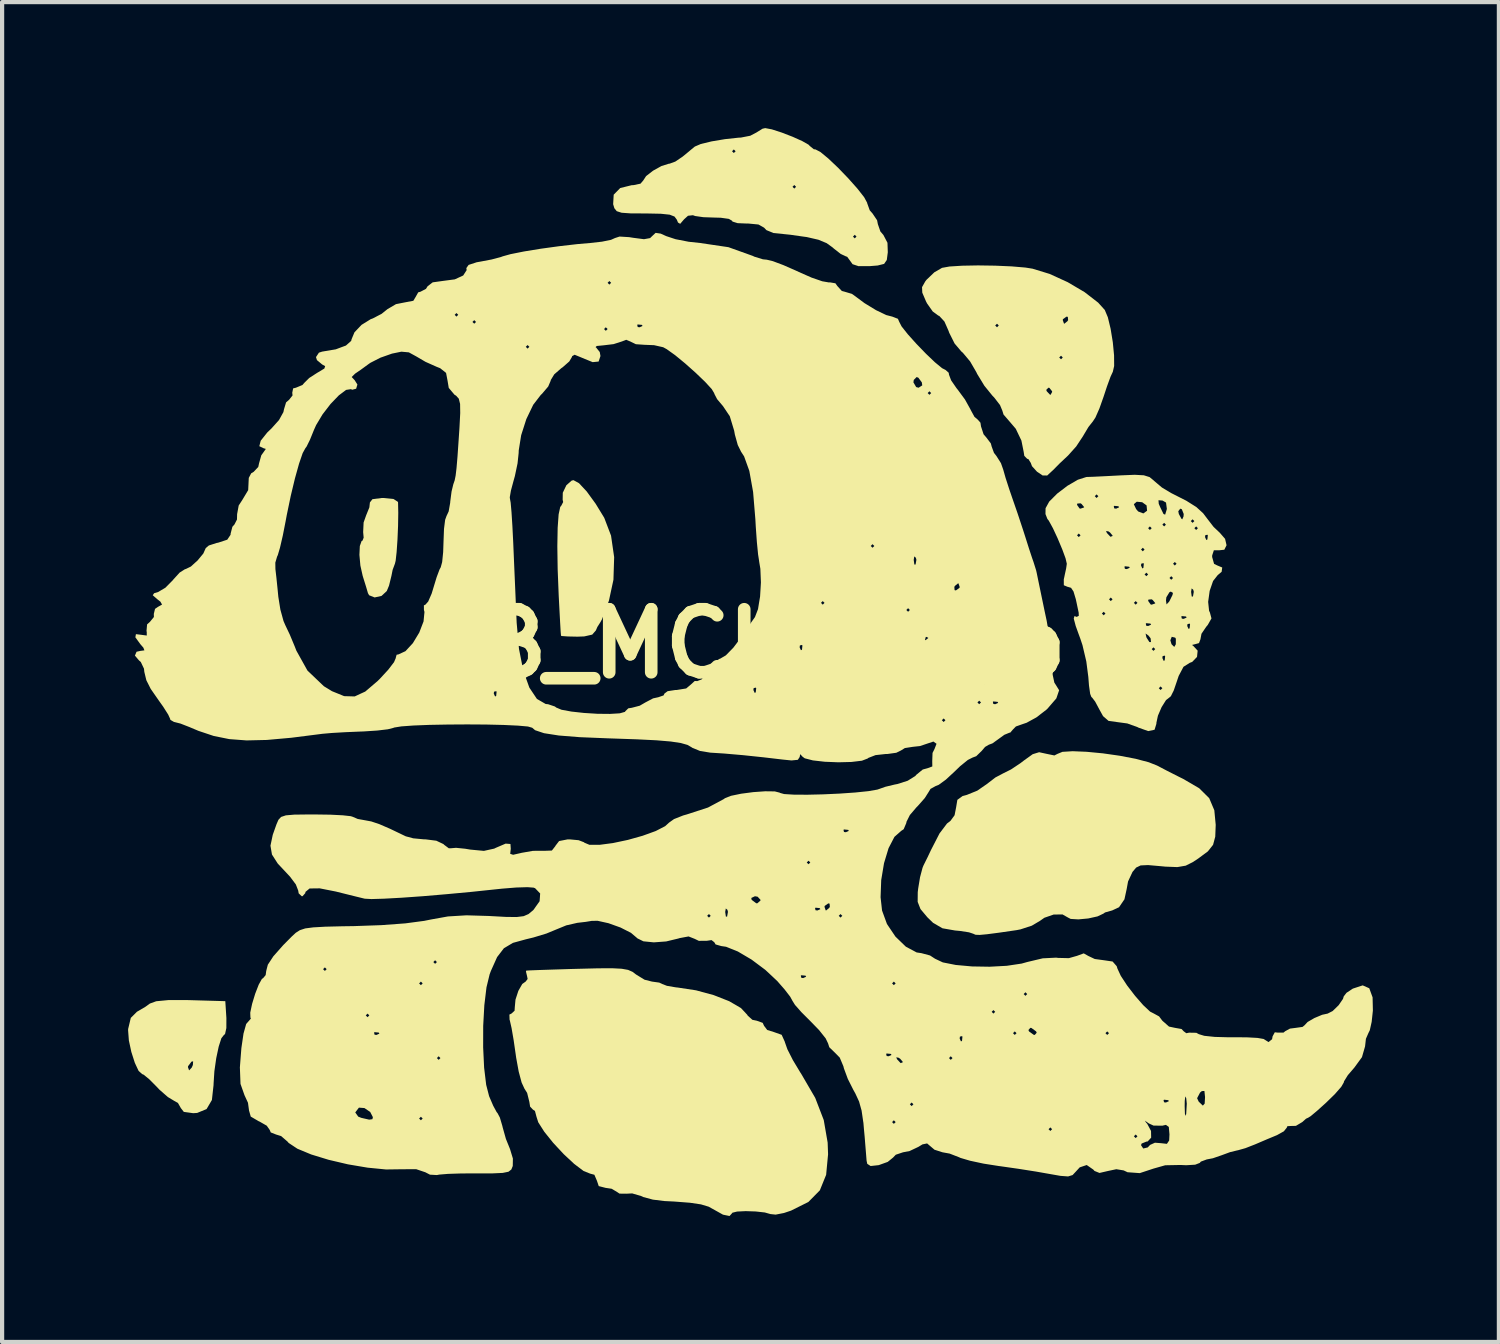
<source format=kicad_pcb>
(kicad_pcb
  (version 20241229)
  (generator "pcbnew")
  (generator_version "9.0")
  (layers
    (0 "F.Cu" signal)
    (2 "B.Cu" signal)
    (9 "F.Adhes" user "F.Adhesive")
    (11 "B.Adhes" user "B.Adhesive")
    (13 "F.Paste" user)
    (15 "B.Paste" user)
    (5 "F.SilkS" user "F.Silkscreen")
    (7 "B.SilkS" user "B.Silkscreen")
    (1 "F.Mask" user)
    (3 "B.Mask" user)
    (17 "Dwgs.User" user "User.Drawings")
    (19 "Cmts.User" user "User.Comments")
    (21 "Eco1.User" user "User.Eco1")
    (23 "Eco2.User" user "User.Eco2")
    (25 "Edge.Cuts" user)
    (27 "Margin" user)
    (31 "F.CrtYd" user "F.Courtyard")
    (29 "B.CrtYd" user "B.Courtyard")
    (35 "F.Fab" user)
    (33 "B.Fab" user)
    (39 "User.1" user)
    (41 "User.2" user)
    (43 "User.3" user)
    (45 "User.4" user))
  (footprint "BB_MCU_Logo"
    (layer "F.Cu")
    (at 14.633 12.277)
    (property "Reference" "BB_MCU_Logo" (at 0 0 0) (layer "F.SilkS") (effects (font (size 1.5 1.5) (thickness 0.3))))
    (attr board_only exclude_from_pos_files exclude_from_bom)
    (fp_poly (pts (xy -8.314 -3.447) (xy -8.209 -3.378) (xy -8.206 -3.365) (xy -8.201 -3.116) (xy -8.206 -2.803) (xy -8.22 -2.476) (xy -8.24 -2.185) (xy -8.263 -1.978) (xy -8.28 -1.908) (xy -8.335 -1.76) (xy -8.364 -1.615) (xy -8.421 -1.384) (xy -8.475 -1.255) (xy -8.6 -1.139) (xy -8.764 -1.103) (xy -8.895 -1.155) (xy -8.923 -1.206) (xy -8.966 -1.353) (xy -9.036 -1.577) (xy -9.049 -1.62) (xy -9.103 -1.862) (xy -9.126 -2.116) (xy -9.116 -2.328) (xy -9.074 -2.446) (xy -9.053 -2.455) (xy -9.025 -2.526) (xy -9.037 -2.658) (xy -9.026 -2.888) (xy -8.965 -3.06) (xy -8.889 -3.247) (xy -8.876 -3.365) (xy -8.816 -3.442) (xy -8.594 -3.471) (xy -8.555 -3.471)) (stroke (width 0) (type solid)) (fill yes) (layer "F.SilkS"))
    (fp_poly (pts (xy -3.898 -3.823) (xy -3.715 -3.627) (xy -3.502 -3.334) (xy -3.297 -2.999) (xy -3.135 -2.574) (xy -3.061 -2.062) (xy -3.078 -1.524) (xy -3.184 -1.031) (xy -3.277 -0.768) (xy -3.354 -0.576) (xy -3.392 -0.508) (xy -3.461 -0.4) (xy -3.496 -0.318) (xy -3.583 -0.218) (xy -3.773 -0.175) (xy -3.934 -0.169) (xy -4.165 -0.174) (xy -4.306 -0.184) (xy -4.326 -0.191) (xy -4.334 -0.278) (xy -4.347 -0.5) (xy -4.364 -0.821) (xy -4.381 -1.143) (xy -4.406 -1.775) (xy -4.414 -2.321) (xy -4.406 -2.762) (xy -4.383 -3.08) (xy -4.345 -3.257) (xy -4.321 -3.286) (xy -4.275 -3.374) (xy -4.287 -3.428) (xy -4.284 -3.596) (xy -4.199 -3.774) (xy -4.073 -3.885) (xy -4.029 -3.895)) (stroke (width 0) (type solid)) (fill yes) (layer "F.SilkS"))
    (fp_poly (pts (xy -13.153 8.485) (xy -12.319 8.509) (xy -12.293 8.911) (xy -12.294 9.149) (xy -12.325 9.292) (xy -12.351 9.313) (xy -12.412 9.39) (xy -12.476 9.59) (xy -12.535 9.868) (xy -12.579 10.178) (xy -12.598 10.475) (xy -12.599 10.509) (xy -12.638 10.862) (xy -12.765 11.078) (xy -12.989 11.17) (xy -13.084 11.176) (xy -13.307 11.145) (xy -13.377 11.055) (xy -13.447 10.932) (xy -13.535 10.883) (xy -13.686 10.792) (xy -13.881 10.622) (xy -13.96 10.539) (xy -14.133 10.365) (xy -14.264 10.259) (xy -14.299 10.245) (xy -14.383 10.169) (xy -14.425 10.08) (xy -13.208 10.08) (xy -13.181 10.157) (xy -13.118 10.09) (xy -13.091 10.029) (xy -13.085 9.941) (xy -13.124 9.949) (xy -13.205 10.057) (xy -13.208 10.08) (xy -14.425 10.08) (xy -14.473 9.977) (xy -14.556 9.718) (xy -14.615 9.444) (xy -14.633 9.204) (xy -14.632 9.171) (xy -14.569 8.907) (xy -14.425 8.763) (xy -14.424 8.762) (xy -14.221 8.643) (xy -14.115 8.566) (xy -13.964 8.511) (xy -13.672 8.483) (xy -13.227 8.483)) (stroke (width 0) (type solid)) (fill yes) (layer "F.SilkS"))
    (fp_poly (pts (xy 8.19 2.572) (xy 8.576 2.609) (xy 8.976 2.666) (xy 9.352 2.738) (xy 9.667 2.821) (xy 9.864 2.899) (xy 10.101 3.023) (xy 10.391 3.17) (xy 10.488 3.218) (xy 10.868 3.44) (xy 11.106 3.676) (xy 11.228 3.964) (xy 11.261 4.312) (xy 11.25 4.593) (xy 11.198 4.787) (xy 11.074 4.943) (xy 10.845 5.113) (xy 10.721 5.195) (xy 10.547 5.283) (xy 10.348 5.317) (xy 10.064 5.306) (xy 9.947 5.295) (xy 9.651 5.269) (xy 9.474 5.277) (xy 9.366 5.329) (xy 9.28 5.432) (xy 9.174 5.659) (xy 9.141 5.84) (xy 9.088 6.084) (xy 8.959 6.273) (xy 8.794 6.35) (xy 8.792 6.35) (xy 8.626 6.397) (xy 8.589 6.424) (xy 8.447 6.491) (xy 8.226 6.54) (xy 7.991 6.562) (xy 7.808 6.551) (xy 7.747 6.52) (xy 7.613 6.444) (xy 7.402 6.447) (xy 7.182 6.523) (xy 7.075 6.598) (xy 6.882 6.712) (xy 6.612 6.8) (xy 6.519 6.818) (xy 6.098 6.879) (xy 5.814 6.916) (xy 5.639 6.932) (xy 5.543 6.928) (xy 5.498 6.909) (xy 5.495 6.906) (xy 5.387 6.87) (xy 5.171 6.837) (xy 5.053 6.826) (xy 4.756 6.774) (xy 4.532 6.644) (xy 4.396 6.512) (xy 4.232 6.316) (xy 4.165 6.145) (xy 4.167 5.915) (xy 4.177 5.829) (xy 4.222 5.556) (xy 4.281 5.334) (xy 4.304 5.277) (xy 4.403 5.078) (xy 4.482 4.911) (xy 4.685 4.516) (xy 4.864 4.279) (xy 4.947 4.215) (xy 5.044 4.082) (xy 5.08 3.897) (xy 5.11 3.716) (xy 5.235 3.625) (xy 5.338 3.597) (xy 5.585 3.497) (xy 5.813 3.339) (xy 6.016 3.183) (xy 6.205 3.083) (xy 6.21 3.081) (xy 6.386 2.993) (xy 6.613 2.842) (xy 6.695 2.779) (xy 6.904 2.629) (xy 7.057 2.582) (xy 7.218 2.617) (xy 7.222 2.618) (xy 7.42 2.659) (xy 7.495 2.621) (xy 7.612 2.573) (xy 7.856 2.558)) (stroke (width 0) (type solid)) (fill yes) (layer "F.SilkS"))
    (fp_poly (pts (xy 6.01 -9.002) (xy 6.401 -8.985) (xy 6.73 -8.957) (xy 6.9 -8.93) (xy 7.308 -8.805) (xy 7.737 -8.609) (xy 8.139 -8.372) (xy 8.462 -8.122) (xy 8.62 -7.947) (xy 8.693 -7.773) (xy 8.759 -7.499) (xy 8.811 -7.179) (xy 8.841 -6.866) (xy 8.843 -6.613) (xy 8.812 -6.477) (xy 8.756 -6.356) (xy 8.672 -6.126) (xy 8.592 -5.884) (xy 8.493 -5.604) (xy 8.397 -5.386) (xy 8.335 -5.292) (xy 8.231 -5.161) (xy 8.111 -4.96) (xy 8.103 -4.945) (xy 7.939 -4.697) (xy 7.744 -4.48) (xy 7.547 -4.295) (xy 7.385 -4.131) (xy 7.381 -4.128) (xy 7.249 -4.006) (xy 7.14 -4.007) (xy 7.006 -4.097) (xy 6.887 -4.228) (xy 6.858 -4.306) (xy 6.8 -4.398) (xy 6.773 -4.403) (xy 6.704 -4.473) (xy 6.689 -4.568) (xy 6.635 -4.838) (xy 6.501 -5.118) (xy 6.331 -5.317) (xy 6.33 -5.318) (xy 6.209 -5.458) (xy 6.181 -5.55) (xy 6.125 -5.684) (xy 5.986 -5.864) (xy 5.946 -5.905) (xy 5.833 -6.044) (xy 7.226 -6.044) (xy 7.239 -6.011) (xy 7.315 -5.931) (xy 7.329 -5.927) (xy 7.365 -5.992) (xy 7.366 -6.011) (xy 7.301 -6.093) (xy 7.276 -6.096) (xy 7.226 -6.044) (xy 5.833 -6.044) (xy 5.753 -6.143) (xy 5.582 -6.424) (xy 5.561 -6.468) (xy 5.414 -6.721) (xy 5.335 -6.816) (xy 7.535 -6.816) (xy 7.578 -6.773) (xy 7.62 -6.816) (xy 7.578 -6.858) (xy 7.535 -6.816) (xy 5.335 -6.816) (xy 5.241 -6.928) (xy 5.204 -6.96) (xy 5.044 -7.149) (xy 4.916 -7.405) (xy 4.901 -7.448) (xy 4.844 -7.578) (xy 6.011 -7.578) (xy 6.054 -7.535) (xy 6.096 -7.578) (xy 6.054 -7.62) (xy 6.011 -7.578) (xy 4.844 -7.578) (xy 4.802 -7.672) (xy 4.772 -7.705) (xy 7.62 -7.705) (xy 7.649 -7.622) (xy 7.657 -7.62) (xy 7.73 -7.679) (xy 7.747 -7.705) (xy 7.74 -7.783) (xy 7.71 -7.789) (xy 7.623 -7.728) (xy 7.62 -7.705) (xy 4.772 -7.705) (xy 4.68 -7.804) (xy 4.654 -7.815) (xy 4.523 -7.912) (xy 4.388 -8.104) (xy 4.362 -8.155) (xy 4.275 -8.359) (xy 4.269 -8.49) (xy 4.344 -8.624) (xy 4.373 -8.663) (xy 4.562 -8.844) (xy 4.745 -8.95) (xy 4.923 -8.982) (xy 5.225 -9.001) (xy 5.602 -9.008)) (stroke (width 0) (type solid)) (fill yes) (layer "F.SilkS"))
    (fp_poly (pts (xy -2.883 7.737) (xy -2.73 7.764) (xy -2.623 7.811) (xy -2.54 7.874) (xy -2.338 7.998) (xy -2.16 8.043) (xy -1.987 8.067) (xy -1.919 8.1) (xy -1.804 8.144) (xy -1.593 8.18) (xy -1.545 8.185) (xy -1.111 8.251) (xy -0.691 8.365) (xy -0.322 8.51) (xy -0.042 8.673) (xy 0.111 8.837) (xy 0.117 8.852) (xy 0.23 8.953) (xy 0.336 8.975) (xy 0.475 9.025) (xy 0.508 9.096) (xy 0.583 9.195) (xy 0.741 9.244) (xy 0.927 9.31) (xy 1.002 9.476) (xy 1.003 9.483) (xy 1.063 9.654) (xy 1.194 9.912) (xy 1.37 10.205) (xy 1.396 10.245) (xy 1.726 10.812) (xy 1.929 11.339) (xy 2.022 11.876) (xy 2.032 12.154) (xy 1.986 12.643) (xy 1.836 13.013) (xy 1.563 13.29) (xy 1.15 13.496) (xy 0.983 13.552) (xy 0.784 13.591) (xy 0.66 13.578) (xy 0.526 13.54) (xy 0.309 13.516) (xy 0.07 13.508) (xy -0.135 13.518) (xy -0.247 13.546) (xy -0.254 13.558) (xy -0.314 13.624) (xy -0.47 13.592) (xy -0.669 13.481) (xy -0.811 13.402) (xy -0.995 13.347) (xy -1.259 13.308) (xy -1.637 13.279) (xy -1.863 13.268) (xy -2.139 13.234) (xy -2.37 13.172) (xy -2.42 13.148) (xy -2.632 13.086) (xy -2.771 13.093) (xy -2.934 13.091) (xy -3.001 13.046) (xy -3.122 12.975) (xy -3.265 12.954) (xy -3.428 12.912) (xy -3.471 12.785) (xy -3.532 12.642) (xy -3.633 12.615) (xy -3.79 12.552) (xy -4.011 12.385) (xy -4.262 12.151) (xy -4.511 11.884) (xy -4.724 11.619) (xy -4.868 11.393) (xy -4.911 11.258) (xy -4.947 11.122) (xy -4.995 11.091) (xy -5.062 11.02) (xy -5.08 10.908) (xy -5.133 10.693) (xy -5.198 10.59) (xy -5.264 10.446) (xy -5.334 10.184) (xy -5.394 9.855) (xy -5.405 9.776) (xy -5.454 9.437) (xy -5.503 9.152) (xy -5.544 8.971) (xy -5.551 8.95) (xy -5.555 8.828) (xy -5.507 8.805) (xy -5.432 8.737) (xy -5.427 8.657) (xy -5.41 8.472) (xy -5.342 8.264) (xy -5.249 8.1) (xy -5.169 8.043) (xy -5.121 7.981) (xy -5.134 7.916) (xy -5.161 7.802) (xy -5.153 7.781) (xy -5.062 7.776) (xy -4.833 7.767) (xy -4.497 7.756) (xy -4.085 7.743) (xy -3.929 7.739) (xy -3.452 7.727) (xy -3.113 7.725)) (stroke (width 0) (type solid)) (fill yes) (layer "F.SilkS"))
    (fp_poly (pts (xy 0.694 -12.247) (xy 0.929 -12.171) (xy 1.188 -12.071) (xy 1.419 -11.967) (xy 1.568 -11.882) (xy 1.595 -11.853) (xy 1.692 -11.774) (xy 1.734 -11.769) (xy 1.849 -11.709) (xy 2.039 -11.552) (xy 2.271 -11.332) (xy 2.512 -11.082) (xy 2.729 -10.838) (xy 2.89 -10.633) (xy 2.962 -10.5) (xy 2.963 -10.489) (xy 3.024 -10.32) (xy 3.09 -10.245) (xy 3.199 -10.083) (xy 3.217 -9.991) (xy 3.278 -9.815) (xy 3.349 -9.733) (xy 3.446 -9.547) (xy 3.454 -9.321) (xy 3.43 -9.137) (xy 3.366 -9.044) (xy 3.213 -9.006) (xy 3.026 -8.991) (xy 2.757 -8.99) (xy 2.615 -9.037) (xy 2.572 -9.097) (xy 2.488 -9.212) (xy 2.443 -9.229) (xy 2.333 -9.281) (xy 2.167 -9.411) (xy 2.142 -9.434) (xy 1.998 -9.538) (xy 1.803 -9.619) (xy 1.525 -9.683) (xy 1.443 -9.694) (xy 2.625 -9.694) (xy 2.667 -9.652) (xy 2.709 -9.694) (xy 2.667 -9.737) (xy 2.625 -9.694) (xy 1.443 -9.694) (xy 1.134 -9.738) (xy 0.733 -9.779) (xy 0.564 -9.848) (xy 0.508 -9.907) (xy 0.374 -9.982) (xy 0.124 -10.006) (xy 0.092 -10.005) (xy -0.122 -10.014) (xy -0.244 -10.052) (xy -0.254 -10.071) (xy -0.33 -10.116) (xy -0.524 -10.143) (xy -0.672 -10.147) (xy -0.936 -10.156) (xy -1.133 -10.184) (xy -1.186 -10.203) (xy -1.303 -10.19) (xy -1.397 -10.105) (xy -1.489 -9.998) (xy -1.541 -10.029) (xy -1.569 -10.097) (xy -1.624 -10.171) (xy -1.739 -10.216) (xy -1.951 -10.238) (xy -2.295 -10.245) (xy -2.328 -10.245) (xy -2.672 -10.247) (xy -2.884 -10.262) (xy -2.999 -10.299) (xy -3.056 -10.369) (xy -3.085 -10.465) (xy -3.072 -10.692) (xy -2.917 -10.85) (xy -2.797 -10.88) (xy 1.185 -10.88) (xy 1.228 -10.837) (xy 1.27 -10.88) (xy 1.228 -10.922) (xy 1.185 -10.88) (xy -2.797 -10.88) (xy -2.643 -10.918) (xy -2.603 -10.919) (xy -2.434 -10.954) (xy -2.37 -11.028) (xy -2.301 -11.134) (xy -2.135 -11.263) (xy -1.935 -11.374) (xy -1.76 -11.429) (xy -1.742 -11.43) (xy -1.605 -11.48) (xy -1.431 -11.598) (xy -1.275 -11.726) (xy -0.254 -11.726) (xy -0.212 -11.684) (xy -0.169 -11.726) (xy -0.212 -11.769) (xy -0.254 -11.726) (xy -1.275 -11.726) (xy -1.258 -11.741) (xy -1.14 -11.838) (xy -0.997 -11.899) (xy -0.74 -11.961) (xy -0.423 -12.014) (xy -0.101 -12.049) (xy -0.042 -12.052) (xy 0.179 -12.095) (xy 0.324 -12.171) (xy 0.472 -12.263) (xy 0.536 -12.277)) (stroke (width 0) (type solid)) (fill yes) (layer "F.SilkS"))
    (fp_poly (pts (xy 9.55 -4.011) (xy 9.687 -3.968) (xy 9.787 -3.886) (xy 9.794 -3.878) (xy 9.981 -3.72) (xy 10.201 -3.588) (xy 10.56 -3.406) (xy 10.8 -3.255) (xy 10.961 -3.108) (xy 11.054 -2.985) (xy 11.21 -2.783) (xy 11.36 -2.641) (xy 11.484 -2.498) (xy 11.519 -2.346) (xy 11.466 -2.239) (xy 11.345 -2.226) (xy 11.217 -2.226) (xy 11.177 -2.104) (xy 11.176 -2.066) (xy 11.222 -1.902) (xy 11.303 -1.863) (xy 11.416 -1.816) (xy 11.402 -1.713) (xy 11.308 -1.634) (xy 11.198 -1.494) (xy 11.117 -1.259) (xy 11.081 -0.998) (xy 11.103 -0.786) (xy 11.123 -0.743) (xy 11.16 -0.604) (xy 11.071 -0.447) (xy 11.036 -0.406) (xy 10.922 -0.238) (xy 10.897 -0.106) (xy 10.897 -0.106) (xy 10.863 -0.016) (xy 10.781 0.007) (xy 10.697 0.028) (xy 10.732 0.056) (xy 10.831 0.164) (xy 10.816 0.313) (xy 10.701 0.432) (xy 10.645 0.453) (xy 10.494 0.548) (xy 10.379 0.766) (xy 10.339 0.886) (xy 10.262 1.111) (xy 10.193 1.249) (xy 10.169 1.27) (xy 10.078 1.341) (xy 9.972 1.51) (xy 9.885 1.713) (xy 9.848 1.886) (xy 9.849 1.904) (xy 9.805 2.047) (xy 9.654 2.079) (xy 9.42 1.996) (xy 9.398 1.984) (xy 9.156 1.897) (xy 8.91 1.864) (xy 8.709 1.836) (xy 8.579 1.723) (xy 8.492 1.566) (xy 8.391 1.377) (xy 8.314 1.276) (xy 8.302 1.27) (xy 8.272 1.193) (xy 8.253 1.058) (xy 9.906 1.058) (xy 9.948 1.101) (xy 9.991 1.058) (xy 9.948 1.016) (xy 9.906 1.058) (xy 8.253 1.058) (xy 8.244 0.995) (xy 8.228 0.79) (xy 8.18 0.42) (xy 8.161 0.339) (xy 9.991 0.339) (xy 10.022 0.408) (xy 10.047 0.395) (xy 10.057 0.295) (xy 10.047 0.282) (xy 9.997 0.294) (xy 9.991 0.339) (xy 8.161 0.339) (xy 8.111 0.127) (xy 9.737 0.127) (xy 9.779 0.169) (xy 9.821 0.127) (xy 9.779 0.085) (xy 9.737 0.127) (xy 8.111 0.127) (xy 8.089 0.033) (xy 8.038 -0.12) (xy 7.992 -0.245) (xy 9.591 -0.245) (xy 9.609 -0.161) (xy 9.615 -0.145) (xy 9.682 -0.041) (xy 9.72 -0.04) (xy 9.716 -0.082) (xy 10.181 -0.082) (xy 10.209 0.011) (xy 10.274 0.075) (xy 10.311 0.012) (xy 10.312 -0.12) (xy 10.296 -0.146) (xy 10.214 -0.166) (xy 10.181 -0.082) (xy 9.716 -0.082) (xy 9.711 -0.13) (xy 9.663 -0.192) (xy 9.591 -0.245) (xy 7.992 -0.245) (xy 7.927 -0.426) (xy 7.913 -0.48) (xy 9.596 -0.48) (xy 9.607 -0.429) (xy 9.652 -0.423) (xy 10.583 -0.423) (xy 10.614 -0.354) (xy 10.64 -0.367) (xy 10.65 -0.467) (xy 10.64 -0.48) (xy 10.589 -0.468) (xy 10.583 -0.423) (xy 9.652 -0.423) (xy 9.722 -0.454) (xy 9.708 -0.48) (xy 9.608 -0.49) (xy 9.596 -0.48) (xy 7.913 -0.48) (xy 7.881 -0.599) (xy 7.898 -0.659) (xy 7.951 -0.64) (xy 7.969 -0.649) (xy 10.442 -0.649) (xy 10.454 -0.599) (xy 10.499 -0.593) (xy 10.568 -0.624) (xy 10.555 -0.649) (xy 10.455 -0.659) (xy 10.442 -0.649) (xy 7.969 -0.649) (xy 8.001 -0.665) (xy 7.999 -0.72) (xy 8.551 -0.72) (xy 8.594 -0.677) (xy 8.636 -0.72) (xy 8.594 -0.762) (xy 8.551 -0.72) (xy 7.999 -0.72) (xy 7.998 -0.741) (xy 7.949 -0.974) (xy 9.313 -0.974) (xy 9.356 -0.931) (xy 9.398 -0.974) (xy 9.356 -1.016) (xy 9.313 -0.974) (xy 7.949 -0.974) (xy 7.931 -1.058) (xy 8.721 -1.058) (xy 8.763 -1.016) (xy 8.768 -1.021) (xy 9.652 -1.021) (xy 9.713 -0.935) (xy 9.737 -0.931) (xy 9.819 -0.96) (xy 9.821 -0.969) (xy 9.769 -1.032) (xy 10.077 -1.032) (xy 10.09 -0.937) (xy 10.149 -0.999) (xy 10.16 -1.016) (xy 10.232 -1.161) (xy 10.243 -1.211) (xy 10.204 -1.235) (xy 10.675 -1.235) (xy 10.69 -1.125) (xy 10.719 -1.124) (xy 10.739 -1.237) (xy 10.726 -1.286) (xy 10.688 -1.318) (xy 10.675 -1.235) (xy 10.204 -1.235) (xy 10.192 -1.242) (xy 10.16 -1.228) (xy 10.086 -1.107) (xy 10.077 -1.032) (xy 9.769 -1.032) (xy 9.762 -1.041) (xy 9.737 -1.058) (xy 9.659 -1.052) (xy 9.652 -1.021) (xy 8.768 -1.021) (xy 8.805 -1.058) (xy 8.763 -1.101) (xy 8.721 -1.058) (xy 7.931 -1.058) (xy 7.931 -1.059) (xy 7.875 -1.245) (xy 7.817 -1.332) (xy 7.741 -1.355) (xy 7.736 -1.355) (xy 7.645 -1.393) (xy 7.644 -1.535) (xy 7.651 -1.566) (xy 10.16 -1.566) (xy 10.202 -1.524) (xy 10.245 -1.566) (xy 10.202 -1.609) (xy 10.16 -1.566) (xy 7.651 -1.566) (xy 7.656 -1.587) (xy 7.669 -1.651) (xy 9.567 -1.651) (xy 9.61 -1.609) (xy 9.652 -1.651) (xy 9.61 -1.693) (xy 9.567 -1.651) (xy 7.669 -1.651) (xy 7.699 -1.788) (xy 7.706 -1.834) (xy 9.088 -1.834) (xy 9.099 -1.784) (xy 9.144 -1.778) (xy 9.214 -1.809) (xy 9.2 -1.834) (xy 9.1 -1.845) (xy 9.088 -1.834) (xy 7.706 -1.834) (xy 7.71 -1.863) (xy 9.483 -1.863) (xy 9.514 -1.793) (xy 9.539 -1.806) (xy 9.549 -1.905) (xy 10.245 -1.905) (xy 10.287 -1.863) (xy 10.329 -1.905) (xy 10.287 -1.947) (xy 10.245 -1.905) (xy 9.549 -1.905) (xy 9.549 -1.907) (xy 9.539 -1.919) (xy 9.489 -1.907) (xy 9.483 -1.863) (xy 7.71 -1.863) (xy 7.716 -1.905) (xy 7.686 -2.034) (xy 7.609 -2.244) (xy 9.483 -2.244) (xy 9.525 -2.201) (xy 9.567 -2.244) (xy 9.525 -2.286) (xy 9.483 -2.244) (xy 7.609 -2.244) (xy 7.604 -2.256) (xy 7.495 -2.516) (xy 7.464 -2.582) (xy 7.959 -2.582) (xy 8.001 -2.54) (xy 11.007 -2.54) (xy 11.038 -2.47) (xy 11.063 -2.484) (xy 11.073 -2.584) (xy 11.063 -2.596) (xy 11.013 -2.585) (xy 11.007 -2.54) (xy 8.001 -2.54) (xy 8.043 -2.582) (xy 8.001 -2.625) (xy 7.959 -2.582) (xy 7.464 -2.582) (xy 7.416 -2.685) (xy 8.65 -2.685) (xy 8.67 -2.638) (xy 8.755 -2.547) (xy 8.805 -2.566) (xy 8.805 -2.577) (xy 8.745 -2.649) (xy 8.708 -2.675) (xy 8.65 -2.685) (xy 7.416 -2.685) (xy 7.385 -2.752) (xy 9.652 -2.752) (xy 9.694 -2.709) (xy 9.737 -2.752) (xy 10.753 -2.752) (xy 10.795 -2.709) (xy 10.837 -2.752) (xy 10.795 -2.794) (xy 10.753 -2.752) (xy 9.737 -2.752) (xy 9.694 -2.794) (xy 9.652 -2.752) (xy 7.385 -2.752) (xy 7.381 -2.759) (xy 7.339 -2.836) (xy 9.991 -2.836) (xy 10.033 -2.794) (xy 10.075 -2.836) (xy 10.033 -2.879) (xy 9.991 -2.836) (xy 7.339 -2.836) (xy 7.292 -2.921) (xy 10.668 -2.921) (xy 10.71 -2.879) (xy 10.753 -2.921) (xy 10.71 -2.963) (xy 10.668 -2.921) (xy 7.292 -2.921) (xy 7.288 -2.929) (xy 7.253 -2.973) (xy 7.208 -3.088) (xy 7.21 -3.227) (xy 7.254 -3.307) (xy 7.959 -3.307) (xy 8.02 -3.221) (xy 8.043 -3.217) (xy 8.126 -3.246) (xy 8.128 -3.255) (xy 8.112 -3.274) (xy 8.834 -3.274) (xy 8.845 -3.223) (xy 8.89 -3.217) (xy 8.96 -3.248) (xy 8.946 -3.274) (xy 8.846 -3.284) (xy 8.834 -3.274) (xy 8.112 -3.274) (xy 8.075 -3.319) (xy 9.313 -3.319) (xy 9.366 -3.207) (xy 9.415 -3.15) (xy 9.538 -3.103) (xy 9.627 -3.167) (xy 9.615 -3.293) (xy 9.614 -3.295) (xy 9.51 -3.37) (xy 9.381 -3.382) (xy 9.314 -3.325) (xy 9.313 -3.319) (xy 8.075 -3.319) (xy 8.069 -3.327) (xy 8.043 -3.344) (xy 7.965 -3.338) (xy 7.959 -3.307) (xy 7.254 -3.307) (xy 7.297 -3.385) (xy 7.329 -3.417) (xy 9.898 -3.417) (xy 9.905 -3.332) (xy 9.941 -3.249) (xy 10.018 -3.09) (xy 10.057 -3.074) (xy 10.082 -3.155) (xy 10.37 -3.155) (xy 10.383 -3.09) (xy 10.443 -2.979) (xy 10.465 -2.963) (xy 10.495 -3.032) (xy 10.499 -3.09) (xy 10.454 -3.203) (xy 10.417 -3.217) (xy 10.37 -3.155) (xy 10.082 -3.155) (xy 10.093 -3.193) (xy 10.098 -3.21) (xy 10.078 -3.362) (xy 9.994 -3.41) (xy 9.898 -3.417) (xy 7.329 -3.417) (xy 7.426 -3.514) (xy 8.382 -3.514) (xy 8.424 -3.471) (xy 8.467 -3.514) (xy 8.424 -3.556) (xy 8.382 -3.514) (xy 7.426 -3.514) (xy 7.488 -3.576) (xy 7.732 -3.762) (xy 7.98 -3.906) (xy 8.181 -3.97) (xy 8.193 -3.971) (xy 8.346 -3.976) (xy 8.613 -3.989) (xy 8.942 -4.006) (xy 8.991 -4.009) (xy 9.333 -4.023)) (stroke (width 0) (type solid)) (fill yes) (layer "F.SilkS"))
    (fp_poly (pts (xy -1.953 -9.765) (xy -1.82 -9.705) (xy -1.599 -9.632) (xy -1.285 -9.571) (xy -1.016 -9.542) (xy -0.34 -9.442) (xy 0.243 -9.233) (xy 0.274 -9.217) (xy 0.481 -9.153) (xy 0.573 -9.144) (xy 0.718 -9.109) (xy 0.966 -9.016) (xy 1.269 -8.883) (xy 1.337 -8.851) (xy 1.639 -8.718) (xy 1.894 -8.63) (xy 2.055 -8.602) (xy 2.074 -8.605) (xy 2.207 -8.582) (xy 2.252 -8.518) (xy 2.359 -8.4) (xy 2.426 -8.382) (xy 2.598 -8.331) (xy 2.649 -8.296) (xy 2.901 -8.109) (xy 3.175 -7.942) (xy 3.417 -7.826) (xy 3.56 -7.789) (xy 3.695 -7.737) (xy 3.725 -7.667) (xy 3.782 -7.556) (xy 3.93 -7.369) (xy 4.135 -7.141) (xy 4.362 -6.906) (xy 4.577 -6.701) (xy 4.747 -6.561) (xy 4.829 -6.519) (xy 4.904 -6.452) (xy 4.911 -6.406) (xy 4.962 -6.271) (xy 5.09 -6.085) (xy 5.12 -6.048) (xy 5.291 -5.816) (xy 5.421 -5.582) (xy 5.426 -5.57) (xy 5.517 -5.403) (xy 5.598 -5.334) (xy 5.66 -5.263) (xy 5.673 -5.175) (xy 5.734 -4.988) (xy 5.8 -4.911) (xy 5.907 -4.77) (xy 5.927 -4.695) (xy 5.982 -4.545) (xy 6.04 -4.471) (xy 6.148 -4.3) (xy 6.202 -4.147) (xy 6.258 -3.95) (xy 6.349 -3.669) (xy 6.417 -3.471) (xy 6.544 -3.104) (xy 6.676 -2.705) (xy 6.729 -2.54) (xy 6.817 -2.262) (xy 6.891 -2.038) (xy 6.923 -1.947) (xy 6.985 -1.75) (xy 6.998 -1.693) (xy 7.042 -1.479) (xy 7.104 -1.18) (xy 7.191 -0.761) (xy 7.236 -0.55) (xy 7.301 -0.172) (xy 7.348 0.215) (xy 7.363 0.482) (xy 7.38 0.741) (xy 7.419 0.924) (xy 7.451 0.974) (xy 7.533 1.106) (xy 7.467 1.3) (xy 7.255 1.546) (xy 7.227 1.572) (xy 6.992 1.753) (xy 6.758 1.881) (xy 6.677 1.908) (xy 6.504 1.969) (xy 6.435 2.039) (xy 6.37 2.115) (xy 6.351 2.117) (xy 6.229 2.167) (xy 6.094 2.265) (xy 5.945 2.372) (xy 5.86 2.403) (xy 5.77 2.456) (xy 5.689 2.551) (xy 5.559 2.677) (xy 5.473 2.709) (xy 5.36 2.766) (xy 5.179 2.912) (xy 5.038 3.048) (xy 4.836 3.235) (xy 4.667 3.358) (xy 4.594 3.387) (xy 4.471 3.455) (xy 4.428 3.526) (xy 4.334 3.674) (xy 4.17 3.86) (xy 4.135 3.895) (xy 3.979 4.078) (xy 3.898 4.24) (xy 3.895 4.266) (xy 3.832 4.415) (xy 3.774 4.454) (xy 3.612 4.597) (xy 3.472 4.867) (xy 3.364 5.224) (xy 3.297 5.627) (xy 3.282 6.034) (xy 3.317 6.351) (xy 3.434 6.672) (xy 3.636 6.972) (xy 3.884 7.212) (xy 4.141 7.349) (xy 4.254 7.366) (xy 4.459 7.421) (xy 4.579 7.499) (xy 4.764 7.586) (xy 5.072 7.647) (xy 5.458 7.682) (xy 5.878 7.689) (xy 6.287 7.667) (xy 6.641 7.614) (xy 6.777 7.576) (xy 7.143 7.489) (xy 7.463 7.473) (xy 7.509 7.479) (xy 7.764 7.485) (xy 7.962 7.429) (xy 7.964 7.428) (xy 8.119 7.371) (xy 8.227 7.432) (xy 8.381 7.505) (xy 8.601 7.535) (xy 8.806 7.565) (xy 8.904 7.677) (xy 8.921 7.733) (xy 9.001 7.906) (xy 9.152 8.136) (xy 9.341 8.382) (xy 9.534 8.603) (xy 9.698 8.757) (xy 9.791 8.805) (xy 9.913 8.872) (xy 9.991 8.975) (xy 10.149 9.114) (xy 10.29 9.144) (xy 10.448 9.172) (xy 10.499 9.226) (xy 10.561 9.272) (xy 10.627 9.259) (xy 10.799 9.262) (xy 10.86 9.295) (xy 10.989 9.334) (xy 11.239 9.36) (xy 11.565 9.369) (xy 11.671 9.368) (xy 11.999 9.37) (xy 12.256 9.384) (xy 12.401 9.409) (xy 12.417 9.419) (xy 12.519 9.483) (xy 12.603 9.415) (xy 12.615 9.347) (xy 12.668 9.25) (xy 12.74 9.258) (xy 12.876 9.257) (xy 12.914 9.225) (xy 13.029 9.162) (xy 13.171 9.144) (xy 13.328 9.122) (xy 13.378 9.081) (xy 13.448 9.005) (xy 13.61 8.911) (xy 13.796 8.833) (xy 13.926 8.805) (xy 14.045 8.744) (xy 14.188 8.605) (xy 14.291 8.455) (xy 14.309 8.395) (xy 14.375 8.31) (xy 14.526 8.21) (xy 14.761 8.133) (xy 14.917 8.202) (xy 14.996 8.418) (xy 15.003 8.732) (xy 14.974 9.002) (xy 14.929 9.203) (xy 14.897 9.267) (xy 14.837 9.405) (xy 14.817 9.585) (xy 14.743 9.842) (xy 14.563 10.089) (xy 14.406 10.272) (xy 14.317 10.416) (xy 14.309 10.447) (xy 14.25 10.548) (xy 14.098 10.722) (xy 13.885 10.93) (xy 13.675 11.119) (xy 13.523 11.246) (xy 13.462 11.284) (xy 13.462 11.284) (xy 13.412 11.307) (xy 13.324 11.386) (xy 13.17 11.478) (xy 13.07 11.48) (xy 12.968 11.485) (xy 12.954 11.519) (xy 12.884 11.607) (xy 12.721 11.698) (xy 12.478 11.799) (xy 12.207 11.915) (xy 12.195 11.92) (xy 11.967 12.009) (xy 11.79 12.059) (xy 11.772 12.062) (xy 11.601 12.104) (xy 11.403 12.177) (xy 11.194 12.249) (xy 11.048 12.277) (xy 10.907 12.329) (xy 10.881 12.36) (xy 10.773 12.402) (xy 10.558 12.415) (xy 10.421 12.409) (xy 10.059 12.416) (xy 9.78 12.495) (xy 9.453 12.603) (xy 9.162 12.582) (xy 9.068 12.538) (xy 8.895 12.51) (xy 8.696 12.552) (xy 8.494 12.599) (xy 8.375 12.551) (xy 8.348 12.52) (xy 8.19 12.41) (xy 8.023 12.466) (xy 7.934 12.563) (xy 7.854 12.649) (xy 7.746 12.682) (xy 7.562 12.668) (xy 7.317 12.625) (xy 6.982 12.566) (xy 6.563 12.5) (xy 6.144 12.44) (xy 6.096 12.434) (xy 5.734 12.377) (xy 5.412 12.308) (xy 5.185 12.241) (xy 5.148 12.224) (xy 4.926 12.138) (xy 4.756 12.107) (xy 4.566 12.046) (xy 4.486 11.978) (xy 4.439 11.938) (xy 9.483 11.938) (xy 9.536 12.017) (xy 9.643 11.991) (xy 9.699 11.931) (xy 9.814 11.879) (xy 9.958 11.89) (xy 10.099 11.906) (xy 10.153 11.826) (xy 10.16 11.68) (xy 10.144 11.503) (xy 10.075 11.454) (xy 9.987 11.474) (xy 9.78 11.471) (xy 9.669 11.42) (xy 9.574 11.353) (xy 9.601 11.396) (xy 9.631 11.43) (xy 9.721 11.599) (xy 9.724 11.759) (xy 9.641 11.849) (xy 9.61 11.853) (xy 9.497 11.899) (xy 9.483 11.938) (xy 4.439 11.938) (xy 4.39 11.896) (xy 4.279 11.919) (xy 4.182 11.978) (xy 3.973 12.077) (xy 3.817 12.107) (xy 3.644 12.165) (xy 3.579 12.233) (xy 3.452 12.336) (xy 3.243 12.411) (xy 3.236 12.413) (xy 3.045 12.434) (xy 2.965 12.382) (xy 2.949 12.308) (xy 2.934 12.121) (xy 2.913 11.863) (xy 2.909 11.811) (xy 2.902 11.726) (xy 9.313 11.726) (xy 9.356 11.769) (xy 9.398 11.726) (xy 9.356 11.684) (xy 9.313 11.726) (xy 2.902 11.726) (xy 2.886 11.557) (xy 7.281 11.557) (xy 7.324 11.599) (xy 7.366 11.557) (xy 7.324 11.515) (xy 7.281 11.557) (xy 2.886 11.557) (xy 2.873 11.402) (xy 2.87 11.388) (xy 3.556 11.388) (xy 3.598 11.43) (xy 3.641 11.388) (xy 3.598 11.345) (xy 3.556 11.388) (xy 2.87 11.388) (xy 2.83 11.113) (xy 2.788 10.964) (xy 3.979 10.964) (xy 4.022 11.007) (xy 10.522 11.007) (xy 10.528 11.19) (xy 10.545 11.24) (xy 10.558 11.197) (xy 10.572 10.95) (xy 10.559 10.819) (xy 10.818 10.819) (xy 10.856 10.901) (xy 10.955 10.996) (xy 10.998 10.948) (xy 11.007 10.792) (xy 10.992 10.648) (xy 10.932 10.649) (xy 10.888 10.686) (xy 10.818 10.819) (xy 10.559 10.819) (xy 10.558 10.816) (xy 10.537 10.776) (xy 10.524 10.882) (xy 10.522 11.007) (xy 4.022 11.007) (xy 4.064 10.964) (xy 4.022 10.922) (xy 3.979 10.964) (xy 2.788 10.964) (xy 2.77 10.898) (xy 2.755 10.866) (xy 10.019 10.866) (xy 10.031 10.916) (xy 10.075 10.922) (xy 10.145 10.891) (xy 10.132 10.866) (xy 10.031 10.855) (xy 10.019 10.866) (xy 2.755 10.866) (xy 2.681 10.706) (xy 2.634 10.622) (xy 2.502 10.36) (xy 2.409 10.109) (xy 2.397 10.06) (xy 2.31 9.853) (xy 2.303 9.846) (xy 3.654 9.846) (xy 3.675 9.893) (xy 3.76 9.984) (xy 3.809 9.965) (xy 3.81 9.953) (xy 3.75 9.882) (xy 3.724 9.864) (xy 4.911 9.864) (xy 4.953 9.906) (xy 4.995 9.864) (xy 4.953 9.821) (xy 4.911 9.864) (xy 3.724 9.864) (xy 3.712 9.856) (xy 3.654 9.846) (xy 2.303 9.846) (xy 2.224 9.765) (xy 3.415 9.765) (xy 3.427 9.815) (xy 3.471 9.821) (xy 3.541 9.79) (xy 3.528 9.765) (xy 3.427 9.755) (xy 3.415 9.765) (xy 2.224 9.765) (xy 2.19 9.731) (xy 2.061 9.606) (xy 2.032 9.515) (xy 1.976 9.398) (xy 5.165 9.398) (xy 5.196 9.468) (xy 5.221 9.454) (xy 5.231 9.354) (xy 5.221 9.342) (xy 5.171 9.353) (xy 5.165 9.398) (xy 1.976 9.398) (xy 1.974 9.394) (xy 1.876 9.271) (xy 6.435 9.271) (xy 6.477 9.313) (xy 6.519 9.271) (xy 6.477 9.229) (xy 6.435 9.271) (xy 1.876 9.271) (xy 1.822 9.203) (xy 1.816 9.196) (xy 6.802 9.196) (xy 6.816 9.229) (xy 6.928 9.31) (xy 6.953 9.313) (xy 6.99 9.271) (xy 8.636 9.271) (xy 8.678 9.313) (xy 8.721 9.271) (xy 8.678 9.229) (xy 8.636 9.271) (xy 6.99 9.271) (xy 6.999 9.261) (xy 6.985 9.229) (xy 6.873 9.147) (xy 6.848 9.144) (xy 6.802 9.196) (xy 1.816 9.196) (xy 1.609 8.983) (xy 1.397 8.771) (xy 1.39 8.763) (xy 5.927 8.763) (xy 5.969 8.805) (xy 6.011 8.763) (xy 5.969 8.721) (xy 5.927 8.763) (xy 1.39 8.763) (xy 1.245 8.599) (xy 1.185 8.503) (xy 1.185 8.503) (xy 1.131 8.404) (xy 1.082 8.34) (xy 6.689 8.34) (xy 6.731 8.382) (xy 6.773 8.34) (xy 6.731 8.297) (xy 6.689 8.34) (xy 1.082 8.34) (xy 0.992 8.224) (xy 0.871 8.086) (xy 3.556 8.086) (xy 3.598 8.128) (xy 3.641 8.086) (xy 3.598 8.043) (xy 3.556 8.086) (xy 0.871 8.086) (xy 0.825 8.033) (xy 0.686 7.902) (xy 1.383 7.902) (xy 1.395 7.953) (xy 1.439 7.959) (xy 1.509 7.928) (xy 1.496 7.902) (xy 1.395 7.892) (xy 1.383 7.902) (xy 0.686 7.902) (xy 0.538 7.764) (xy 0.21 7.519) (xy -0.117 7.326) (xy -0.396 7.214) (xy -0.511 7.197) (xy -0.647 7.158) (xy -0.677 7.106) (xy -0.743 7.055) (xy -0.851 7.071) (xy -1.045 7.073) (xy -1.145 7.025) (xy -1.289 6.968) (xy -1.504 7.008) (xy -1.535 7.018) (xy -1.822 7.087) (xy -2.117 7.109) (xy -2.365 7.084) (xy -2.509 7.013) (xy -2.515 7.006) (xy -2.661 6.882) (xy -2.909 6.756) (xy -3.196 6.653) (xy -3.457 6.595) (xy -3.598 6.598) (xy -3.738 6.621) (xy -3.937 6.644) (xy -4.2 6.704) (xy -4.444 6.804) (xy -4.674 6.899) (xy -4.984 6.993) (xy -5.162 7.036) (xy -5.471 7.121) (xy -5.686 7.249) (xy -5.848 7.46) (xy -5.996 7.79) (xy -6.026 7.871) (xy -6.101 8.181) (xy -6.152 8.606) (xy -6.179 9.098) (xy -6.18 9.609) (xy -6.157 10.092) (xy -6.108 10.5) (xy -6.038 10.772) (xy -5.941 10.998) (xy -5.86 11.148) (xy -5.837 11.176) (xy -5.782 11.28) (xy -5.723 11.48) (xy -5.715 11.515) (xy -5.638 11.789) (xy -5.54 12.031) (xy -5.472 12.256) (xy -5.475 12.433) (xy -5.509 12.517) (xy -5.577 12.57) (xy -5.714 12.598) (xy -5.952 12.609) (xy -6.326 12.609) (xy -6.339 12.609) (xy -6.705 12.611) (xy -7.016 12.621) (xy -7.225 12.638) (xy -7.281 12.649) (xy -7.446 12.64) (xy -7.556 12.583) (xy -7.775 12.509) (xy -8.123 12.511) (xy -8.493 12.516) (xy -8.931 12.473) (xy -9.398 12.394) (xy -9.858 12.286) (xy -10.273 12.159) (xy -10.603 12.022) (xy -10.811 11.884) (xy -10.838 11.852) (xy -10.99 11.721) (xy -11.11 11.684) (xy -11.237 11.634) (xy -11.261 11.576) (xy -11.332 11.474) (xy -11.505 11.375) (xy -11.521 11.369) (xy -11.713 11.257) (xy -11.741 11.158) (xy -9.225 11.158) (xy -9.154 11.258) (xy -9.081 11.287) (xy -8.893 11.33) (xy -8.817 11.319) (xy -8.813 11.303) (xy -7.705 11.303) (xy -7.662 11.345) (xy -7.62 11.303) (xy -7.662 11.261) (xy -7.705 11.303) (xy -8.813 11.303) (xy -8.805 11.271) (xy -8.869 11.147) (xy -9.006 11.054) (xy -9.135 11.044) (xy -9.14 11.047) (xy -9.225 11.158) (xy -11.741 11.158) (xy -11.754 11.113) (xy -11.779 10.928) (xy -11.862 10.748) (xy -11.957 10.479) (xy -11.972 10.08) (xy -11.971 10.075) (xy -11.955 9.864) (xy -7.281 9.864) (xy -7.239 9.906) (xy -7.197 9.864) (xy -7.239 9.821) (xy -7.281 9.864) (xy -11.955 9.864) (xy -11.936 9.625) (xy -11.885 9.277) (xy -11.879 9.257) (xy -8.777 9.257) (xy -8.765 9.307) (xy -8.721 9.313) (xy -8.651 9.282) (xy -8.664 9.257) (xy -8.765 9.247) (xy -8.777 9.257) (xy -11.879 9.257) (xy -11.822 9.052) (xy -11.754 8.975) (xy -11.71 8.923) (xy -11.721 8.899) (xy -11.723 8.848) (xy -8.975 8.848) (xy -8.932 8.89) (xy -8.89 8.848) (xy -8.932 8.805) (xy -8.975 8.848) (xy -11.723 8.848) (xy -11.725 8.781) (xy -11.681 8.574) (xy -11.608 8.334) (xy -11.524 8.117) (xy -11.507 8.086) (xy -7.705 8.086) (xy -7.662 8.128) (xy -7.62 8.086) (xy -7.662 8.043) (xy -7.705 8.086) (xy -11.507 8.086) (xy -11.448 7.98) (xy -11.417 7.959) (xy -11.358 7.888) (xy -11.345 7.792) (xy -11.334 7.747) (xy -9.991 7.747) (xy -9.948 7.789) (xy -9.906 7.747) (xy -9.948 7.705) (xy -9.991 7.747) (xy -11.334 7.747) (xy -11.306 7.64) (xy -11.265 7.578) (xy -7.366 7.578) (xy -7.324 7.62) (xy -7.281 7.578) (xy -7.324 7.535) (xy -7.366 7.578) (xy -11.265 7.578) (xy -11.176 7.442) (xy -10.94 7.175) (xy -10.735 6.968) (xy -10.641 6.881) (xy -10.544 6.819) (xy -10.416 6.777) (xy -10.224 6.752) (xy -9.94 6.736) (xy -9.533 6.726) (xy -9.254 6.722) (xy -8.603 6.699) (xy -8.034 6.657) (xy -7.583 6.597) (xy -7.43 6.566) (xy -7.019 6.492) (xy -6.577 6.465) (xy -6.039 6.481) (xy -6.024 6.482) (xy -5.638 6.503) (xy -5.381 6.506) (xy -5.215 6.485) (xy -5.197 6.477) (xy -0.847 6.477) (xy -0.804 6.519) (xy -0.762 6.477) (xy -0.804 6.435) (xy -0.847 6.477) (xy -5.197 6.477) (xy -5.1 6.435) (xy -5.04 6.385) (xy -0.417 6.385) (xy -0.401 6.495) (xy -0.372 6.496) (xy -0.369 6.477) (xy 2.286 6.477) (xy 2.328 6.519) (xy 2.371 6.477) (xy 2.328 6.435) (xy 2.286 6.477) (xy -0.369 6.477) (xy -0.352 6.383) (xy -0.365 6.334) (xy -0.403 6.302) (xy -0.417 6.385) (xy -5.04 6.385) (xy -4.997 6.35) (xy -4.982 6.336) (xy -4.952 6.294) (xy 1.722 6.294) (xy 1.733 6.344) (xy 1.778 6.35) (xy 1.848 6.319) (xy 1.834 6.294) (xy 1.734 6.283) (xy 1.722 6.294) (xy -4.952 6.294) (xy -4.932 6.265) (xy 1.947 6.265) (xy 1.976 6.348) (xy 1.985 6.35) (xy 2.057 6.291) (xy 2.074 6.265) (xy 2.068 6.187) (xy 2.037 6.181) (xy 1.951 6.242) (xy 1.947 6.265) (xy -4.932 6.265) (xy -4.836 6.13) (xy -4.83 6.052) (xy 0.204 6.052) (xy 0.212 6.096) (xy 0.32 6.177) (xy 0.344 6.181) (xy 0.421 6.116) (xy 0.423 6.096) (xy 0.354 6.022) (xy 0.291 6.011) (xy 0.204 6.052) (xy -4.83 6.052) (xy -4.823 5.945) (xy -4.943 5.82) (xy -4.98 5.806) (xy -5.126 5.795) (xy -5.391 5.803) (xy -5.726 5.83) (xy -5.842 5.842) (xy -6.45 5.906) (xy -7.05 5.962) (xy -7.615 6.01) (xy -8.12 6.046) (xy -8.537 6.069) (xy -8.84 6.078) (xy -9.002 6.069) (xy -9.005 6.068) (xy -9.185 6.024) (xy -9.459 5.956) (xy -9.687 5.899) (xy -10.072 5.823) (xy -10.312 5.826) (xy -10.411 5.908) (xy -10.414 5.936) (xy -10.479 6.009) (xy -10.499 6.011) (xy -10.572 5.942) (xy -10.583 5.876) (xy -10.639 5.731) (xy -10.778 5.545) (xy -10.816 5.505) (xy -11.07 5.233) (xy -11.087 5.207) (xy 1.524 5.207) (xy 1.566 5.249) (xy 1.609 5.207) (xy 1.566 5.165) (xy 1.524 5.207) (xy -11.087 5.207) (xy -11.208 5.018) (xy -11.244 4.808) (xy -11.189 4.548) (xy -11.1 4.297) (xy -11.054 4.191) (xy -10.991 4.123) (xy -10.877 4.085) (xy -10.677 4.068) (xy -10.357 4.064) (xy -10.176 4.064) (xy -9.816 4.069) (xy -9.521 4.084) (xy -9.332 4.105) (xy -9.285 4.12) (xy -9.166 4.171) (xy -9 4.201) (xy -8.844 4.23) (xy -8.655 4.293) (xy -8.394 4.406) (xy -8.023 4.584) (xy -7.844 4.632) (xy -7.592 4.656) (xy -7.547 4.657) (xy -7.295 4.689) (xy -7.124 4.77) (xy -7.113 4.783) (xy -6.998 4.869) (xy -6.942 4.868) (xy -6.826 4.858) (xy -6.608 4.88) (xy -6.488 4.9) (xy -6.162 4.931) (xy -5.917 4.877) (xy -5.876 4.857) (xy -5.644 4.758) (xy -5.53 4.767) (xy -5.522 4.887) (xy -5.525 4.901) (xy -5.536 5.001) (xy -5.467 5.024) (xy -5.278 4.981) (xy -5.268 4.978) (xy -4.994 4.93) (xy -4.743 4.929) (xy -4.734 4.93) (xy -4.544 4.923) (xy -4.46 4.816) (xy -4.459 4.81) (xy -4.372 4.697) (xy -4.168 4.657) (xy -4.119 4.657) (xy -3.907 4.677) (xy -3.779 4.726) (xy -3.772 4.735) (xy -3.649 4.787) (xy -3.409 4.787) (xy -3.091 4.745) (xy -2.736 4.67) (xy -2.383 4.571) (xy -2.073 4.459) (xy -2.018 4.431) (xy 2.399 4.431) (xy 2.411 4.481) (xy 2.455 4.487) (xy 2.525 4.456) (xy 2.512 4.431) (xy 2.411 4.421) (xy 2.399 4.431) (xy -2.018 4.431) (xy -1.846 4.342) (xy -1.754 4.258) (xy -1.636 4.174) (xy -1.419 4.088) (xy -1.331 4.063) (xy -0.827 3.899) (xy -0.455 3.7) (xy -0.423 3.677) (xy -0.28 3.62) (xy -0.038 3.57) (xy 0.251 3.532) (xy 0.536 3.512) (xy 0.763 3.515) (xy 0.881 3.545) (xy 0.885 3.55) (xy 0.985 3.578) (xy 1.216 3.592) (xy 1.539 3.594) (xy 1.916 3.585) (xy 2.309 3.567) (xy 2.681 3.541) (xy 2.992 3.509) (xy 3.205 3.472) (xy 3.269 3.45) (xy 3.396 3.405) (xy 3.616 3.352) (xy 3.684 3.339) (xy 3.928 3.261) (xy 4.108 3.148) (xy 4.132 3.12) (xy 4.286 2.994) (xy 4.4 2.963) (xy 4.514 2.921) (xy 4.512 2.794) (xy 4.519 2.599) (xy 4.566 2.505) (xy 4.614 2.381) (xy 4.54 2.328) (xy 4.399 2.375) (xy 4.222 2.435) (xy 4.048 2.454) (xy 3.86 2.483) (xy 3.768 2.54) (xy 3.656 2.595) (xy 3.447 2.624) (xy 3.399 2.625) (xy 3.162 2.651) (xy 2.992 2.717) (xy 2.976 2.731) (xy 2.838 2.784) (xy 2.588 2.814) (xy 2.277 2.822) (xy 1.954 2.809) (xy 1.671 2.777) (xy 1.477 2.727) (xy 1.426 2.69) (xy 1.368 2.628) (xy 1.356 2.696) (xy 1.312 2.763) (xy 1.161 2.778) (xy 0.953 2.757) (xy 0.493 2.703) (xy 0.006 2.652) (xy -0.444 2.613) (xy -0.773 2.592) (xy -1.018 2.552) (xy -1.204 2.475) (xy -1.215 2.466) (xy -1.315 2.408) (xy -1.474 2.363) (xy -1.713 2.327) (xy -2.055 2.298) (xy -2.52 2.275) (xy -3.131 2.254) (xy -3.217 2.251) (xy -3.878 2.224) (xy -4.379 2.184) (xy -4.731 2.129) (xy -4.943 2.058) (xy -5.013 1.999) (xy -5.113 1.97) (xy -5.349 1.949) (xy -5.69 1.933) (xy -6.104 1.923) (xy -6.557 1.92) (xy -7.019 1.923) (xy -7.455 1.931) (xy -7.836 1.946) (xy -8.127 1.967) (xy -8.296 1.994) (xy -8.319 2.003) (xy -8.449 2.036) (xy -8.7 2.066) (xy -9.022 2.087) (xy -9.101 2.09) (xy -9.46 2.105) (xy -9.785 2.124) (xy -10.012 2.144) (xy -10.033 2.147) (xy -10.75 2.238) (xy -11.333 2.29) (xy -11.814 2.301) (xy -12.224 2.27) (xy -12.595 2.195) (xy -12.957 2.074) (xy -13.178 1.981) (xy -13.386 1.9) (xy -13.531 1.863) (xy -13.538 1.863) (xy -13.612 1.82) (xy 4.741 1.82) (xy 4.784 1.863) (xy 4.826 1.82) (xy 4.784 1.778) (xy 4.741 1.82) (xy -13.612 1.82) (xy -13.627 1.811) (xy -13.631 1.79) (xy -13.678 1.687) (xy -13.798 1.498) (xy -13.906 1.346) (xy -14.095 1.074) (xy -14.199 0.868) (xy -14.247 0.669) (xy -14.255 0.593) (xy -14.33 0.435) (xy -14.372 0.398) (xy -14.471 0.282) (xy -14.432 0.19) (xy -14.338 0.169) (xy -14.245 0.157) (xy -14.27 0.092) (xy -14.338 0.014) (xy -14.46 -0.153) (xy -14.447 -0.229) (xy -14.309 -0.212) (xy -14.189 -0.196) (xy -14.189 -0.284) (xy -14.195 -0.301) (xy -14.181 -0.461) (xy -14.114 -0.521) (xy -14.019 -0.637) (xy -14.021 -0.711) (xy -13.992 -0.831) (xy -13.92 -0.88) (xy -13.825 -0.933) (xy -13.863 -1.001) (xy -13.936 -1.059) (xy -14.046 -1.155) (xy -14.014 -1.203) (xy -13.917 -1.233) (xy -13.746 -1.334) (xy -13.569 -1.513) (xy -13.555 -1.531) (xy -13.406 -1.695) (xy -13.278 -1.776) (xy -13.263 -1.778) (xy -13.138 -1.839) (xy -13.036 -1.932) (xy -11.128 -1.932) (xy -11.126 -1.778) (xy -11.102 -1.57) (xy -11.072 -1.278) (xy -11.057 -1.121) (xy -11.008 -0.814) (xy -10.933 -0.541) (xy -10.891 -0.444) (xy -10.783 -0.217) (xy -10.663 0.071) (xy -10.627 0.164) (xy -10.363 0.638) (xy -9.972 1.011) (xy -9.779 1.129) (xy -9.489 1.247) (xy -9.238 1.254) (xy -9.09 1.185) (xy -5.927 1.185) (xy -5.896 1.255) (xy -5.87 1.242) (xy -5.86 1.141) (xy -5.87 1.129) (xy -5.921 1.141) (xy -5.927 1.185) (xy -9.09 1.185) (xy -8.987 1.138) (xy -8.695 0.889) (xy -8.643 0.838) (xy -8.439 0.617) (xy -8.302 0.438) (xy -8.258 0.335) (xy -8.26 0.33) (xy -8.24 0.261) (xy -8.196 0.253) (xy -8.029 0.176) (xy -7.854 -0.014) (xy -7.701 -0.267) (xy -7.599 -0.532) (xy -7.577 -0.757) (xy -7.59 -0.807) (xy -7.591 -0.914) (xy -7.555 -0.931) (xy -7.488 -1.006) (xy -7.406 -1.195) (xy -7.364 -1.333) (xy -7.287 -1.586) (xy -7.217 -1.772) (xy -7.19 -1.821) (xy -7.156 -1.945) (xy -7.132 -2.183) (xy -7.123 -2.448) (xy -7.112 -2.736) (xy -7.085 -2.951) (xy -7.053 -3.04) (xy -7.001 -3.151) (xy -6.965 -3.356) (xy -6.963 -3.387) (xy -6.95 -3.488) (xy -5.546 -3.488) (xy -5.542 -3.453) (xy -5.525 -3.36) (xy -5.505 -3.133) (xy -5.484 -2.804) (xy -5.464 -2.409) (xy -5.464 -2.408) (xy -5.442 -1.889) (xy -5.417 -1.315) (xy -5.394 -0.773) (xy -5.382 -0.499) (xy -5.327 0.122) (xy -5.224 0.642) (xy -5.08 1.044) (xy -4.9 1.313) (xy -4.691 1.434) (xy -4.635 1.439) (xy -4.471 1.494) (xy -4.441 1.518) (xy -4.314 1.571) (xy -4.08 1.614) (xy -3.78 1.647) (xy -3.459 1.667) (xy -3.16 1.67) (xy -2.927 1.656) (xy -2.803 1.621) (xy -2.794 1.605) (xy -2.724 1.537) (xy -2.641 1.524) (xy -2.453 1.475) (xy -2.323 1.4) (xy -2.318 1.397) (xy 5.588 1.397) (xy 5.63 1.439) (xy 5.673 1.397) (xy 5.659 1.383) (xy 5.955 1.383) (xy 5.967 1.433) (xy 6.011 1.439) (xy 6.081 1.408) (xy 6.068 1.383) (xy 5.967 1.373) (xy 5.955 1.383) (xy 5.659 1.383) (xy 5.63 1.355) (xy 5.588 1.397) (xy -2.318 1.397) (xy -2.134 1.3) (xy -2.011 1.273) (xy -1.885 1.23) (xy -1.863 1.185) (xy -1.788 1.129) (xy -1.607 1.101) (xy -1.575 1.101) (xy 0.254 1.101) (xy 0.285 1.17) (xy 0.31 1.157) (xy 0.321 1.057) (xy 0.31 1.044) (xy 0.26 1.056) (xy 0.254 1.101) (xy -1.575 1.101) (xy -1.346 1.064) (xy -1.289 1.016) (xy 5.757 1.016) (xy 5.788 1.086) (xy 5.814 1.072) (xy 5.824 0.972) (xy 5.814 0.96) (xy 5.763 0.971) (xy 5.757 1.016) (xy -1.289 1.016) (xy -1.24 0.975) (xy -1.142 0.886) (xy -1.083 0.889) (xy -0.976 0.847) (xy -0.857 0.688) (xy -0.839 0.655) (xy -0.706 0.464) (xy -0.577 0.374) (xy 4.579 0.374) (xy 4.594 0.484) (xy 4.623 0.485) (xy 4.643 0.372) (xy 4.63 0.323) (xy 4.592 0.291) (xy 4.579 0.374) (xy -0.577 0.374) (xy -0.557 0.36) (xy -0.539 0.356) (xy -0.402 0.276) (xy -0.225 0.095) (xy -0.217 0.085) (xy 1.355 0.085) (xy 1.386 0.154) (xy 1.411 0.141) (xy 1.421 0.041) (xy 1.411 0.028) (xy 1.361 0.04) (xy 1.355 0.085) (xy -0.217 0.085) (xy -0.102 -0.067) (xy -0.086 -0.09) (xy 4.339 -0.09) (xy 4.35 -0.085) (xy 4.428 -0.144) (xy 4.445 -0.169) (xy 4.467 -0.248) (xy 4.455 -0.254) (xy 4.378 -0.194) (xy 4.36 -0.169) (xy 4.339 -0.09) (xy -0.086 -0.09) (xy 0.072 -0.321) (xy 0.225 -0.542) (xy 0.291 -0.635) (xy 0.356 -0.804) (xy 3.895 -0.804) (xy 3.937 -0.762) (xy 3.979 -0.804) (xy 3.937 -0.847) (xy 3.895 -0.804) (xy 0.356 -0.804) (xy 0.364 -0.825) (xy 0.388 -0.974) (xy 1.863 -0.974) (xy 1.905 -0.931) (xy 1.947 -0.974) (xy 1.905 -1.016) (xy 1.863 -0.974) (xy 0.388 -0.974) (xy 0.413 -1.122) (xy 0.427 -1.355) (xy 5.038 -1.355) (xy 5.044 -1.277) (xy 5.075 -1.27) (xy 5.161 -1.331) (xy 5.165 -1.355) (xy 5.136 -1.437) (xy 5.127 -1.439) (xy 5.055 -1.38) (xy 5.038 -1.355) (xy 0.427 -1.355) (xy 0.433 -1.462) (xy 0.42 -1.784) (xy 0.393 -1.947) (xy 0.386 -1.997) (xy 4.071 -1.997) (xy 4.086 -1.887) (xy 4.115 -1.886) (xy 4.135 -1.999) (xy 4.122 -2.048) (xy 4.084 -2.08) (xy 4.071 -1.997) (xy 0.386 -1.997) (xy 0.366 -2.124) (xy 0.346 -2.328) (xy 3.048 -2.328) (xy 3.09 -2.286) (xy 3.133 -2.328) (xy 3.09 -2.371) (xy 3.048 -2.328) (xy 0.346 -2.328) (xy 0.337 -2.419) (xy 0.311 -2.782) (xy 0.301 -2.963) (xy 0.247 -3.614) (xy 0.157 -4.116) (xy 0.033 -4.461) (xy -0.039 -4.572) (xy -0.118 -4.732) (xy -0.187 -4.98) (xy -0.204 -5.074) (xy -0.308 -5.417) (xy -0.469 -5.657) (xy -0.61 -5.824) (xy -0.677 -5.953) (xy -0.677 -5.962) (xy -0.681 -5.969) (xy 4.403 -5.969) (xy 4.445 -5.927) (xy 4.487 -5.969) (xy 4.445 -6.011) (xy 4.403 -5.969) (xy -0.681 -5.969) (xy -0.738 -6.064) (xy -0.884 -6.223) (xy 4.064 -6.223) (xy 4.13 -6.111) (xy 4.188 -6.096) (xy 4.274 -6.152) (xy 4.264 -6.223) (xy 4.181 -6.335) (xy 4.14 -6.35) (xy 4.072 -6.281) (xy 4.064 -6.223) (xy -0.884 -6.223) (xy -0.897 -6.237) (xy -1.12 -6.451) (xy -1.369 -6.673) (xy -1.611 -6.872) (xy -1.81 -7.014) (xy -1.894 -7.06) (xy -2.111 -7.109) (xy -2.341 -7.118) (xy -2.544 -7.132) (xy -2.662 -7.189) (xy -2.664 -7.191) (xy -2.773 -7.237) (xy -2.878 -7.197) (xy -3.075 -7.134) (xy -3.318 -7.105) (xy -3.475 -7.09) (xy -3.505 -7.062) (xy -3.493 -7.056) (xy -3.404 -6.946) (xy -3.387 -6.851) (xy -3.431 -6.719) (xy -3.573 -6.705) (xy -3.825 -6.808) (xy -3.831 -6.811) (xy -4.002 -6.881) (xy -4.063 -6.847) (xy -4.064 -6.832) (xy -4.129 -6.722) (xy -4.287 -6.583) (xy -4.318 -6.562) (xy -4.487 -6.415) (xy -4.57 -6.279) (xy -4.572 -6.263) (xy -4.631 -6.125) (xy -4.777 -5.953) (xy -4.808 -5.924) (xy -4.988 -5.69) (xy -5.152 -5.349) (xy -5.275 -4.965) (xy -5.333 -4.602) (xy -5.335 -4.541) (xy -5.361 -4.295) (xy -5.425 -3.991) (xy -5.456 -3.881) (xy -5.519 -3.646) (xy -5.546 -3.488) (xy -6.95 -3.488) (xy -6.932 -3.626) (xy -6.889 -3.803) (xy -6.886 -3.81) (xy -6.858 -3.891) (xy -6.835 -4.006) (xy -6.814 -4.183) (xy -6.791 -4.453) (xy -6.764 -4.844) (xy -6.744 -5.143) (xy -6.726 -5.492) (xy -6.729 -5.709) (xy -6.76 -5.835) (xy -6.824 -5.906) (xy -6.863 -5.93) (xy -6.999 -6.092) (xy -7.027 -6.26) (xy -7.063 -6.449) (xy -7.204 -6.561) (xy -7.285 -6.593) (xy -7.552 -6.712) (xy -7.772 -6.841) (xy -7.949 -6.938) (xy -8.127 -6.954) (xy -8.351 -6.908) (xy -8.626 -6.811) (xy -8.863 -6.69) (xy -8.901 -6.664) (xy -9.093 -6.524) (xy -9.229 -6.431) (xy -9.31 -6.351) (xy -9.239 -6.275) (xy -9.239 -6.275) (xy -9.174 -6.172) (xy -9.204 -6.072) (xy -9.298 -6.048) (xy -9.327 -6.062) (xy -9.443 -6.044) (xy -9.616 -5.914) (xy -9.813 -5.709) (xy -10.004 -5.461) (xy -10.157 -5.206) (xy -10.208 -5.092) (xy -10.304 -4.856) (xy -10.384 -4.694) (xy -10.412 -4.657) (xy -10.477 -4.539) (xy -10.563 -4.288) (xy -10.661 -3.937) (xy -10.761 -3.52) (xy -10.855 -3.068) (xy -10.882 -2.922) (xy -10.95 -2.576) (xy -11.016 -2.291) (xy -11.069 -2.111) (xy -11.086 -2.075) (xy -11.128 -1.932) (xy -13.036 -1.932) (xy -12.979 -1.983) (xy -12.842 -2.149) (xy -12.785 -2.277) (xy -12.711 -2.34) (xy -12.529 -2.399) (xy -12.488 -2.407) (xy -12.272 -2.478) (xy -12.194 -2.595) (xy -12.192 -2.624) (xy -12.15 -2.786) (xy -12.102 -2.839) (xy -12.041 -2.958) (xy -12.038 -3.085) (xy -12 -3.292) (xy -11.916 -3.421) (xy -11.774 -3.658) (xy -11.76 -3.949) (xy -11.703 -4.058) (xy -11.643 -4.094) (xy -11.534 -4.21) (xy -11.515 -4.298) (xy -11.462 -4.487) (xy -11.413 -4.555) (xy -11.354 -4.639) (xy -11.413 -4.657) (xy -11.509 -4.704) (xy -11.476 -4.834) (xy -11.321 -5.029) (xy -11.218 -5.128) (xy -11.04 -5.327) (xy -10.935 -5.517) (xy -10.922 -5.581) (xy -10.872 -5.747) (xy -10.8 -5.809) (xy -10.718 -5.913) (xy -10.725 -5.976) (xy -10.704 -6.08) (xy -10.639 -6.096) (xy -10.482 -6.161) (xy -10.439 -6.211) (xy -10.321 -6.328) (xy -10.126 -6.454) (xy -10.118 -6.458) (xy -9.96 -6.553) (xy -9.942 -6.611) (xy -10.012 -6.649) (xy -10.137 -6.753) (xy -10.16 -6.825) (xy -10.09 -6.931) (xy -10.012 -6.956) (xy -9.689 -7.01) (xy -9.529 -7.07) (xy -5.165 -7.07) (xy -5.122 -7.027) (xy -5.08 -7.07) (xy -5.122 -7.112) (xy -5.165 -7.07) (xy -9.529 -7.07) (xy -9.447 -7.1) (xy -9.322 -7.211) (xy -9.313 -7.249) (xy -9.244 -7.415) (xy -9.17 -7.493) (xy -3.302 -7.493) (xy -3.26 -7.451) (xy -3.217 -7.493) (xy -3.26 -7.535) (xy -3.302 -7.493) (xy -9.17 -7.493) (xy -9.076 -7.592) (xy -2.512 -7.592) (xy -2.5 -7.541) (xy -2.455 -7.535) (xy -2.386 -7.566) (xy -2.399 -7.592) (xy -2.499 -7.602) (xy -2.512 -7.592) (xy -9.076 -7.592) (xy -9.075 -7.593) (xy -8.963 -7.662) (xy -6.435 -7.662) (xy -6.392 -7.62) (xy -6.35 -7.662) (xy -6.392 -7.705) (xy -6.435 -7.662) (xy -8.963 -7.662) (xy -8.859 -7.727) (xy -8.805 -7.747) (xy -8.642 -7.832) (xy -6.858 -7.832) (xy -6.816 -7.789) (xy -6.773 -7.832) (xy -6.816 -7.874) (xy -6.858 -7.832) (xy -8.642 -7.832) (xy -8.599 -7.854) (xy -8.458 -7.967) (xy -8.255 -8.086) (xy -8.043 -8.128) (xy -7.842 -8.166) (xy -7.789 -8.255) (xy -7.726 -8.367) (xy -7.671 -8.382) (xy -7.541 -8.45) (xy -7.505 -8.509) (xy -7.396 -8.594) (xy -3.217 -8.594) (xy -3.175 -8.551) (xy -3.133 -8.594) (xy -3.175 -8.636) (xy -3.217 -8.594) (xy -7.396 -8.594) (xy -7.381 -8.605) (xy -7.136 -8.639) (xy -6.855 -8.676) (xy -6.655 -8.768) (xy -6.573 -8.896) (xy -6.58 -8.945) (xy -6.526 -9.02) (xy -6.334 -9.083) (xy -6.248 -9.098) (xy -5.979 -9.149) (xy -5.757 -9.208) (xy -5.715 -9.224) (xy -5.524 -9.277) (xy -5.208 -9.34) (xy -4.81 -9.405) (xy -4.373 -9.465) (xy -3.939 -9.515) (xy -3.641 -9.541) (xy -3.352 -9.573) (xy -3.136 -9.617) (xy -3.043 -9.659) (xy -2.933 -9.695) (xy -2.705 -9.681) (xy -2.611 -9.666) (xy -2.351 -9.632) (xy -2.206 -9.658) (xy -2.15 -9.712) (xy -2.074 -9.783)) (stroke (width 0) (type solid)) (fill yes) (layer "F.SilkS")))
  (gr_rect
    (start -3 -3)
    (end 32.636 28.9)
    (stroke (width 0.1) (type default))
    (fill no)
    (layer "Edge.Cuts")))
</source>
